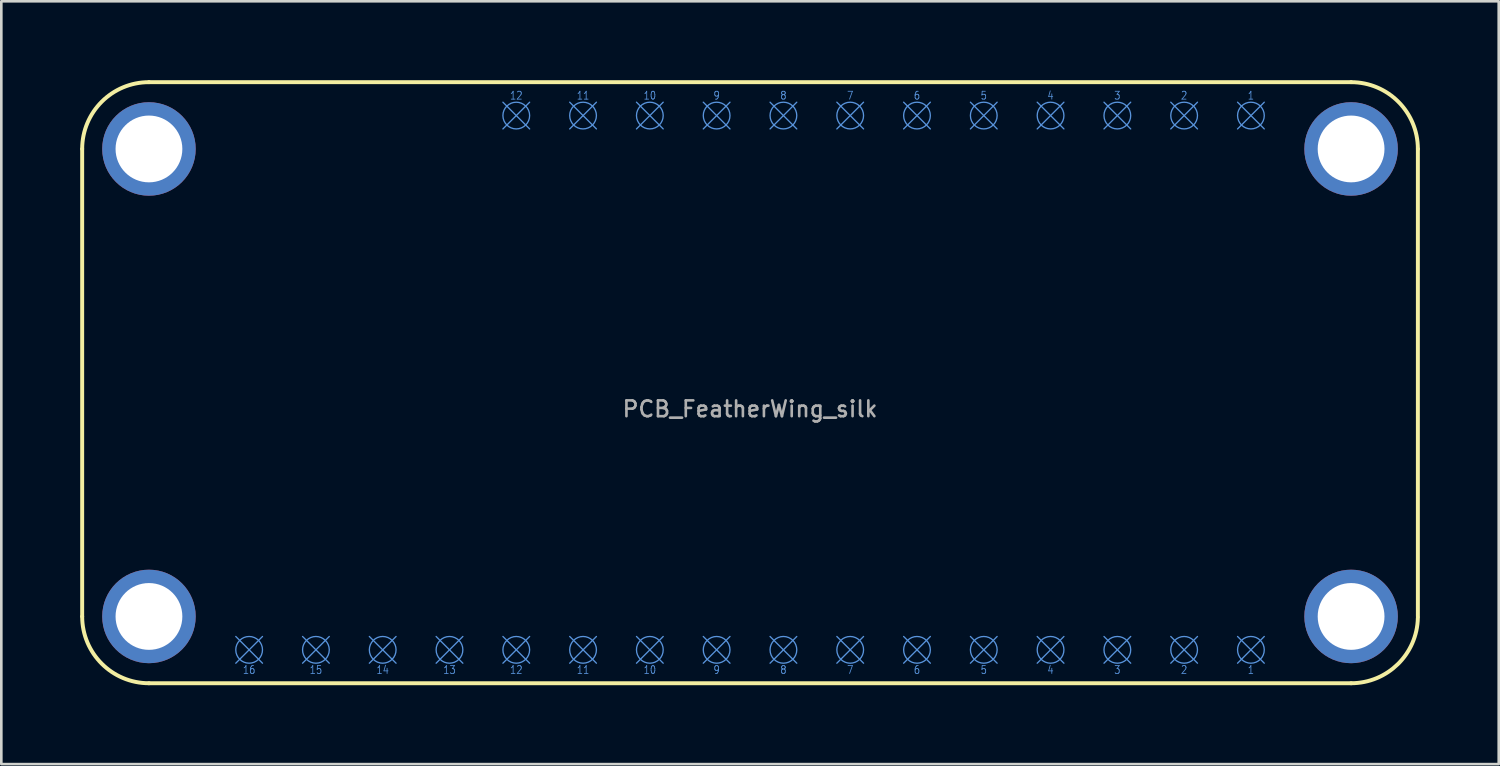
<source format=kicad_pcb>
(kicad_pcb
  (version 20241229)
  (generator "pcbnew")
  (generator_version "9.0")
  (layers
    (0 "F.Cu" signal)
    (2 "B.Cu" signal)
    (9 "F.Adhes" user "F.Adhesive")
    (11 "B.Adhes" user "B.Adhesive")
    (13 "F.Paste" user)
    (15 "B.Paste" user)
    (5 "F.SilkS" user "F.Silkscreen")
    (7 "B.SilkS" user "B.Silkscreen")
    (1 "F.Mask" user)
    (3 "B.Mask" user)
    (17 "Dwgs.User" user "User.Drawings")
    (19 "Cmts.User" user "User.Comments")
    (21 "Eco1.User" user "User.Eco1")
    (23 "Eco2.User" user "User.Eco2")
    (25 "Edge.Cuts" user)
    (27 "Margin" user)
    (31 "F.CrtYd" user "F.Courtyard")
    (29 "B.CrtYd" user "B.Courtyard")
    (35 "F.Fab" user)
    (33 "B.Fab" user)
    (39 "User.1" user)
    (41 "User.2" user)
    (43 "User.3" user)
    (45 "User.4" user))
  (footprint "PCB_FeatherWing_silk"
    (layer "F.Cu")
    (at 25.475 11.505)
    (property "Reference" "PCB_FeatherWing_silk" (at 0 1 0) (layer "F.Fab") (effects (font (size 0.6 0.6) (thickness 0.1))))
    (attr through_hole)
    (fp_line (start -25.4 -8.89) (end -25.4 8.89) (stroke (width 0.15) (type solid)) (layer "F.SilkS"))
    (fp_line (start -22.86 11.43) (end 22.86 11.43) (stroke (width 0.15) (type solid)) (layer "F.SilkS"))
    (fp_line (start 22.86 -11.43) (end -22.86 -11.43) (stroke (width 0.15) (type solid)) (layer "F.SilkS"))
    (fp_line (start 25.4 8.89) (end 25.4 -8.89) (stroke (width 0.15) (type solid)) (layer "F.SilkS"))
    (fp_arc (start -25.4 -8.89) (mid -24.656051 -10.686051) (end -22.86 -11.43) (stroke (width 0.15) (type solid)) (layer "F.SilkS"))
    (fp_arc (start -22.86 11.43) (mid -24.656051 10.686051) (end -25.4 8.89) (stroke (width 0.15) (type solid)) (layer "F.SilkS"))
    (fp_arc (start 22.86 -11.43) (mid 24.656051 -10.686051) (end 25.4 -8.89) (stroke (width 0.15) (type solid)) (layer "F.SilkS"))
    (fp_arc (start 25.399532 8.938762) (mid 24.638728 10.703209) (end 22.86 11.43) (stroke (width 0.15) (type solid)) (layer "F.SilkS"))
    (fp_line (start -19.558 9.652) (end -18.542 10.668) (stroke (width 0.05) (type solid)) (layer "Cmts.User"))
    (fp_line (start -19.558 10.668) (end -18.542 9.652) (stroke (width 0.05) (type solid)) (layer "Cmts.User"))
    (fp_line (start -17.018 9.652) (end -16.002 10.668) (stroke (width 0.05) (type solid)) (layer "Cmts.User"))
    (fp_line (start -17.018 10.668) (end -16.002 9.652) (stroke (width 0.05) (type solid)) (layer "Cmts.User"))
    (fp_line (start -14.478 9.652) (end -13.462 10.668) (stroke (width 0.05) (type solid)) (layer "Cmts.User"))
    (fp_line (start -14.478 10.668) (end -13.462 9.652) (stroke (width 0.05) (type solid)) (layer "Cmts.User"))
    (fp_line (start -11.938 9.652) (end -10.922 10.668) (stroke (width 0.05) (type solid)) (layer "Cmts.User"))
    (fp_line (start -11.938 10.668) (end -10.922 9.652) (stroke (width 0.05) (type solid)) (layer "Cmts.User"))
    (fp_line (start -9.398 -10.668) (end -8.382 -9.652) (stroke (width 0.05) (type solid)) (layer "Cmts.User"))
    (fp_line (start -9.398 -9.652) (end -8.382 -10.668) (stroke (width 0.05) (type solid)) (layer "Cmts.User"))
    (fp_line (start -9.398 9.652) (end -8.382 10.668) (stroke (width 0.05) (type solid)) (layer "Cmts.User"))
    (fp_line (start -9.398 10.668) (end -8.382 9.652) (stroke (width 0.05) (type solid)) (layer "Cmts.User"))
    (fp_line (start -6.858 -10.668) (end -5.842 -9.652) (stroke (width 0.05) (type solid)) (layer "Cmts.User"))
    (fp_line (start -6.858 -9.652) (end -5.842 -10.668) (stroke (width 0.05) (type solid)) (layer "Cmts.User"))
    (fp_line (start -6.858 9.652) (end -5.842 10.668) (stroke (width 0.05) (type solid)) (layer "Cmts.User"))
    (fp_line (start -6.858 10.668) (end -5.842 9.652) (stroke (width 0.05) (type solid)) (layer "Cmts.User"))
    (fp_line (start -4.318 -10.668) (end -3.302 -9.652) (stroke (width 0.05) (type solid)) (layer "Cmts.User"))
    (fp_line (start -4.318 -9.652) (end -3.302 -10.668) (stroke (width 0.05) (type solid)) (layer "Cmts.User"))
    (fp_line (start -4.318 9.652) (end -3.302 10.668) (stroke (width 0.05) (type solid)) (layer "Cmts.User"))
    (fp_line (start -4.318 10.668) (end -3.302 9.652) (stroke (width 0.05) (type solid)) (layer "Cmts.User"))
    (fp_line (start -1.778 -10.668) (end -0.762 -9.652) (stroke (width 0.05) (type solid)) (layer "Cmts.User"))
    (fp_line (start -1.778 -9.652) (end -0.762 -10.668) (stroke (width 0.05) (type solid)) (layer "Cmts.User"))
    (fp_line (start -1.778 9.652) (end -0.762 10.668) (stroke (width 0.05) (type solid)) (layer "Cmts.User"))
    (fp_line (start -1.778 10.668) (end -0.762 9.652) (stroke (width 0.05) (type solid)) (layer "Cmts.User"))
    (fp_line (start 0.762 -10.668) (end 1.778 -9.652) (stroke (width 0.05) (type solid)) (layer "Cmts.User"))
    (fp_line (start 0.762 -9.652) (end 1.778 -10.668) (stroke (width 0.05) (type solid)) (layer "Cmts.User"))
    (fp_line (start 0.762 9.652) (end 1.778 10.668) (stroke (width 0.05) (type solid)) (layer "Cmts.User"))
    (fp_line (start 0.762 10.668) (end 1.778 9.652) (stroke (width 0.05) (type solid)) (layer "Cmts.User"))
    (fp_line (start 3.302 -10.668) (end 4.318 -9.652) (stroke (width 0.05) (type solid)) (layer "Cmts.User"))
    (fp_line (start 3.302 -9.652) (end 4.318 -10.668) (stroke (width 0.05) (type solid)) (layer "Cmts.User"))
    (fp_line (start 3.302 9.652) (end 4.318 10.668) (stroke (width 0.05) (type solid)) (layer "Cmts.User"))
    (fp_line (start 3.302 10.668) (end 4.318 9.652) (stroke (width 0.05) (type solid)) (layer "Cmts.User"))
    (fp_line (start 5.842 -10.668) (end 6.858 -9.652) (stroke (width 0.05) (type solid)) (layer "Cmts.User"))
    (fp_line (start 5.842 -9.652) (end 6.858 -10.668) (stroke (width 0.05) (type solid)) (layer "Cmts.User"))
    (fp_line (start 5.842 9.652) (end 6.858 10.668) (stroke (width 0.05) (type solid)) (layer "Cmts.User"))
    (fp_line (start 5.842 10.668) (end 6.858 9.652) (stroke (width 0.05) (type solid)) (layer "Cmts.User"))
    (fp_line (start 8.382 -10.668) (end 9.398 -9.652) (stroke (width 0.05) (type solid)) (layer "Cmts.User"))
    (fp_line (start 8.382 -9.652) (end 9.398 -10.668) (stroke (width 0.05) (type solid)) (layer "Cmts.User"))
    (fp_line (start 8.382 9.652) (end 9.398 10.668) (stroke (width 0.05) (type solid)) (layer "Cmts.User"))
    (fp_line (start 8.382 10.668) (end 9.398 9.652) (stroke (width 0.05) (type solid)) (layer "Cmts.User"))
    (fp_line (start 10.922 -10.668) (end 11.938 -9.652) (stroke (width 0.05) (type solid)) (layer "Cmts.User"))
    (fp_line (start 10.922 -9.652) (end 11.938 -10.668) (stroke (width 0.05) (type solid)) (layer "Cmts.User"))
    (fp_line (start 10.922 9.652) (end 11.938 10.668) (stroke (width 0.05) (type solid)) (layer "Cmts.User"))
    (fp_line (start 10.922 10.668) (end 11.938 9.652) (stroke (width 0.05) (type solid)) (layer "Cmts.User"))
    (fp_line (start 13.462 -10.668) (end 14.478 -9.652) (stroke (width 0.05) (type solid)) (layer "Cmts.User"))
    (fp_line (start 13.462 -9.652) (end 14.478 -10.668) (stroke (width 0.05) (type solid)) (layer "Cmts.User"))
    (fp_line (start 13.462 9.652) (end 14.478 10.668) (stroke (width 0.05) (type solid)) (layer "Cmts.User"))
    (fp_line (start 13.462 10.668) (end 14.478 9.652) (stroke (width 0.05) (type solid)) (layer "Cmts.User"))
    (fp_line (start 16.002 -10.668) (end 17.018 -9.652) (stroke (width 0.05) (type solid)) (layer "Cmts.User"))
    (fp_line (start 16.002 -9.652) (end 17.018 -10.668) (stroke (width 0.05) (type solid)) (layer "Cmts.User"))
    (fp_line (start 16.002 9.652) (end 17.018 10.668) (stroke (width 0.05) (type solid)) (layer "Cmts.User"))
    (fp_line (start 16.002 10.668) (end 17.018 9.652) (stroke (width 0.05) (type solid)) (layer "Cmts.User"))
    (fp_line (start 18.542 -10.668) (end 19.558 -9.652) (stroke (width 0.05) (type solid)) (layer "Cmts.User"))
    (fp_line (start 18.542 -9.652) (end 19.558 -10.668) (stroke (width 0.05) (type solid)) (layer "Cmts.User"))
    (fp_line (start 18.542 9.652) (end 19.558 10.668) (stroke (width 0.05) (type solid)) (layer "Cmts.User"))
    (fp_line (start 18.542 10.668) (end 19.558 9.652) (stroke (width 0.05) (type solid)) (layer "Cmts.User"))
    (fp_circle (center -19.05 10.16) (end -18.542 10.16) (stroke (width 0.05) (type solid)) (fill no) (layer "Cmts.User"))
    (fp_circle (center -16.51 10.16) (end -16.002 10.16) (stroke (width 0.05) (type solid)) (fill no) (layer "Cmts.User"))
    (fp_circle (center -13.97 10.16) (end -13.462 10.16) (stroke (width 0.05) (type solid)) (fill no) (layer "Cmts.User"))
    (fp_circle (center -11.43 10.16) (end -10.922 10.16) (stroke (width 0.05) (type solid)) (fill no) (layer "Cmts.User"))
    (fp_circle (center -8.89 -10.16) (end -8.382 -10.16) (stroke (width 0.05) (type solid)) (fill no) (layer "Cmts.User"))
    (fp_circle (center -8.89 10.16) (end -8.382 10.16) (stroke (width 0.05) (type solid)) (fill no) (layer "Cmts.User"))
    (fp_circle (center -6.35 -10.16) (end -5.842 -10.16) (stroke (width 0.05) (type solid)) (fill no) (layer "Cmts.User"))
    (fp_circle (center -6.35 10.16) (end -5.842 10.16) (stroke (width 0.05) (type solid)) (fill no) (layer "Cmts.User"))
    (fp_circle (center -3.81 -10.16) (end -3.302 -10.16) (stroke (width 0.05) (type solid)) (fill no) (layer "Cmts.User"))
    (fp_circle (center -3.81 10.16) (end -3.302 10.16) (stroke (width 0.05) (type solid)) (fill no) (layer "Cmts.User"))
    (fp_circle (center -1.27 -10.16) (end -0.762 -10.16) (stroke (width 0.05) (type solid)) (fill no) (layer "Cmts.User"))
    (fp_circle (center -1.27 10.16) (end -0.762 10.16) (stroke (width 0.05) (type solid)) (fill no) (layer "Cmts.User"))
    (fp_circle (center 1.27 -10.16) (end 1.778 -10.16) (stroke (width 0.05) (type solid)) (fill no) (layer "Cmts.User"))
    (fp_circle (center 1.27 10.16) (end 1.778 10.16) (stroke (width 0.05) (type solid)) (fill no) (layer "Cmts.User"))
    (fp_circle (center 3.81 -10.16) (end 4.318 -10.16) (stroke (width 0.05) (type solid)) (fill no) (layer "Cmts.User"))
    (fp_circle (center 3.81 10.16) (end 4.318 10.16) (stroke (width 0.05) (type solid)) (fill no) (layer "Cmts.User"))
    (fp_circle (center 6.35 -10.16) (end 6.858 -10.16) (stroke (width 0.05) (type solid)) (fill no) (layer "Cmts.User"))
    (fp_circle (center 6.35 10.16) (end 6.858 10.16) (stroke (width 0.05) (type solid)) (fill no) (layer "Cmts.User"))
    (fp_circle (center 8.89 -10.16) (end 9.398 -10.16) (stroke (width 0.05) (type solid)) (fill no) (layer "Cmts.User"))
    (fp_circle (center 8.89 10.16) (end 9.398 10.16) (stroke (width 0.05) (type solid)) (fill no) (layer "Cmts.User"))
    (fp_circle (center 11.43 -10.16) (end 11.938 -10.16) (stroke (width 0.05) (type solid)) (fill no) (layer "Cmts.User"))
    (fp_circle (center 11.43 10.16) (end 11.938 10.16) (stroke (width 0.05) (type solid)) (fill no) (layer "Cmts.User"))
    (fp_circle (center 13.97 -10.16) (end 14.478 -10.16) (stroke (width 0.05) (type solid)) (fill no) (layer "Cmts.User"))
    (fp_circle (center 13.97 10.16) (end 14.478 10.16) (stroke (width 0.05) (type solid)) (fill no) (layer "Cmts.User"))
    (fp_circle (center 16.51 -10.16) (end 17.018 -10.16) (stroke (width 0.05) (type solid)) (fill no) (layer "Cmts.User"))
    (fp_circle (center 16.51 10.16) (end 17.018 10.16) (stroke (width 0.05) (type solid)) (fill no) (layer "Cmts.User"))
    (fp_circle (center 19.05 -10.16) (end 19.558 -10.16) (stroke (width 0.05) (type solid)) (fill no) (layer "Cmts.User"))
    (fp_circle (center 19.05 10.16) (end 19.558 10.16) (stroke (width 0.05) (type solid)) (fill no) (layer "Cmts.User"))
    (fp_text user "14" (at -13.97 10.922 0) (layer "Cmts.User") (effects (font (size 0.3 0.25) (thickness 0.03))))
    (fp_text user "12" (at -8.89 10.922 0) (layer "Cmts.User") (effects (font (size 0.3 0.25) (thickness 0.03))))
    (fp_text user "12" (at -8.89 -10.922 0) (layer "Cmts.User") (effects (font (size 0.3 0.25) (thickness 0.03))))
    (fp_text user "15" (at -16.51 10.922 0) (layer "Cmts.User") (effects (font (size 0.3 0.25) (thickness 0.03))))
    (fp_text user "1" (at 19.05 -10.922 0) (layer "Cmts.User") (effects (font (size 0.3 0.25) (thickness 0.03))))
    (fp_text user "2" (at 16.51 10.922 0) (layer "Cmts.User") (effects (font (size 0.3 0.25) (thickness 0.03))))
    (fp_text user "7" (at 3.81 10.922 0) (layer "Cmts.User") (effects (font (size 0.3 0.25) (thickness 0.03))))
    (fp_text user "2" (at 16.51 -10.922 0) (layer "Cmts.User") (effects (font (size 0.3 0.25) (thickness 0.03))))
    (fp_text user "3" (at 13.97 10.922 0) (layer "Cmts.User") (effects (font (size 0.3 0.25) (thickness 0.03))))
    (fp_text user "11" (at -6.35 -10.922 0) (layer "Cmts.User") (effects (font (size 0.3 0.25) (thickness 0.03))))
    (fp_text user "5" (at 8.89 -10.922 0) (layer "Cmts.User") (effects (font (size 0.3 0.25) (thickness 0.03))))
    (fp_text user "10" (at -3.81 -10.922 0) (layer "Cmts.User") (effects (font (size 0.3 0.25) (thickness 0.03))))
    (fp_text user "6" (at 6.35 -10.922 0) (layer "Cmts.User") (effects (font (size 0.3 0.25) (thickness 0.03))))
    (fp_text user "7" (at 3.81 -10.922 0) (layer "Cmts.User") (effects (font (size 0.3 0.25) (thickness 0.03))))
    (fp_text user "8" (at 1.27 10.922 0) (layer "Cmts.User") (effects (font (size 0.3 0.25) (thickness 0.03))))
    (fp_text user "1" (at 19.05 10.922 0) (layer "Cmts.User") (effects (font (size 0.3 0.25) (thickness 0.03))))
    (fp_text user "6" (at 6.35 10.922 0) (layer "Cmts.User") (effects (font (size 0.3 0.25) (thickness 0.03))))
    (fp_text user "11" (at -6.35 10.922 0) (layer "Cmts.User") (effects (font (size 0.3 0.25) (thickness 0.03))))
    (fp_text user "4" (at 11.43 -10.922 0) (layer "Cmts.User") (effects (font (size 0.3 0.25) (thickness 0.03))))
    (fp_text user "5" (at 8.89 10.922 0) (layer "Cmts.User") (effects (font (size 0.3 0.25) (thickness 0.03))))
    (fp_text user "9" (at -1.27 -10.922 0) (layer "Cmts.User") (effects (font (size 0.3 0.25) (thickness 0.03))))
    (fp_text user "8" (at 1.27 -10.922 0) (layer "Cmts.User") (effects (font (size 0.3 0.25) (thickness 0.03))))
    (fp_text user "4" (at 11.43 10.922 0) (layer "Cmts.User") (effects (font (size 0.3 0.25) (thickness 0.03))))
    (fp_text user "16" (at -19.05 10.922 0) (layer "Cmts.User") (effects (font (size 0.3 0.25) (thickness 0.03))))
    (fp_text user "9" (at -1.27 10.922 0) (layer "Cmts.User") (effects (font (size 0.3 0.25) (thickness 0.03))))
    (fp_text user "13" (at -11.43 10.922 0) (layer "Cmts.User") (effects (font (size 0.3 0.25) (thickness 0.03))))
    (fp_text user "3" (at 13.97 -10.922 0) (layer "Cmts.User") (effects (font (size 0.3 0.25) (thickness 0.03))))
    (fp_text user "10" (at -3.81 10.922 0) (layer "Cmts.User") (effects (font (size 0.3 0.25) (thickness 0.03))))
    (fp_text user "${REFERENCE}" (at 17.78 8.89 180) (layer "Eco1.User") (effects (font (size 0.3 0.3) (thickness 0.03))))
    (pad "" np_thru_hole circle (at -22.86 -8.89) (size 3.556 3.556) (drill 2.54) (layers "*.Cu" "*.Mask"))
    (pad "" np_thru_hole circle (at -22.86 8.89) (size 3.556 3.556) (drill 2.54) (layers "*.Cu" "*.Mask"))
    (pad "" np_thru_hole circle (at 22.86 -8.89) (size 3.556 3.556) (drill 2.54) (layers "*.Cu" "*.Mask"))
    (pad "" np_thru_hole circle (at 22.86 8.89) (size 3.556 3.556) (drill 2.54) (layers "*.Cu" "*.Mask")))
  (gr_rect
    (start -3 -3)
    (end 53.95 26.01)
    (stroke (width 0.1) (type default))
    (fill no)
    (layer "Edge.Cuts")))
</source>
